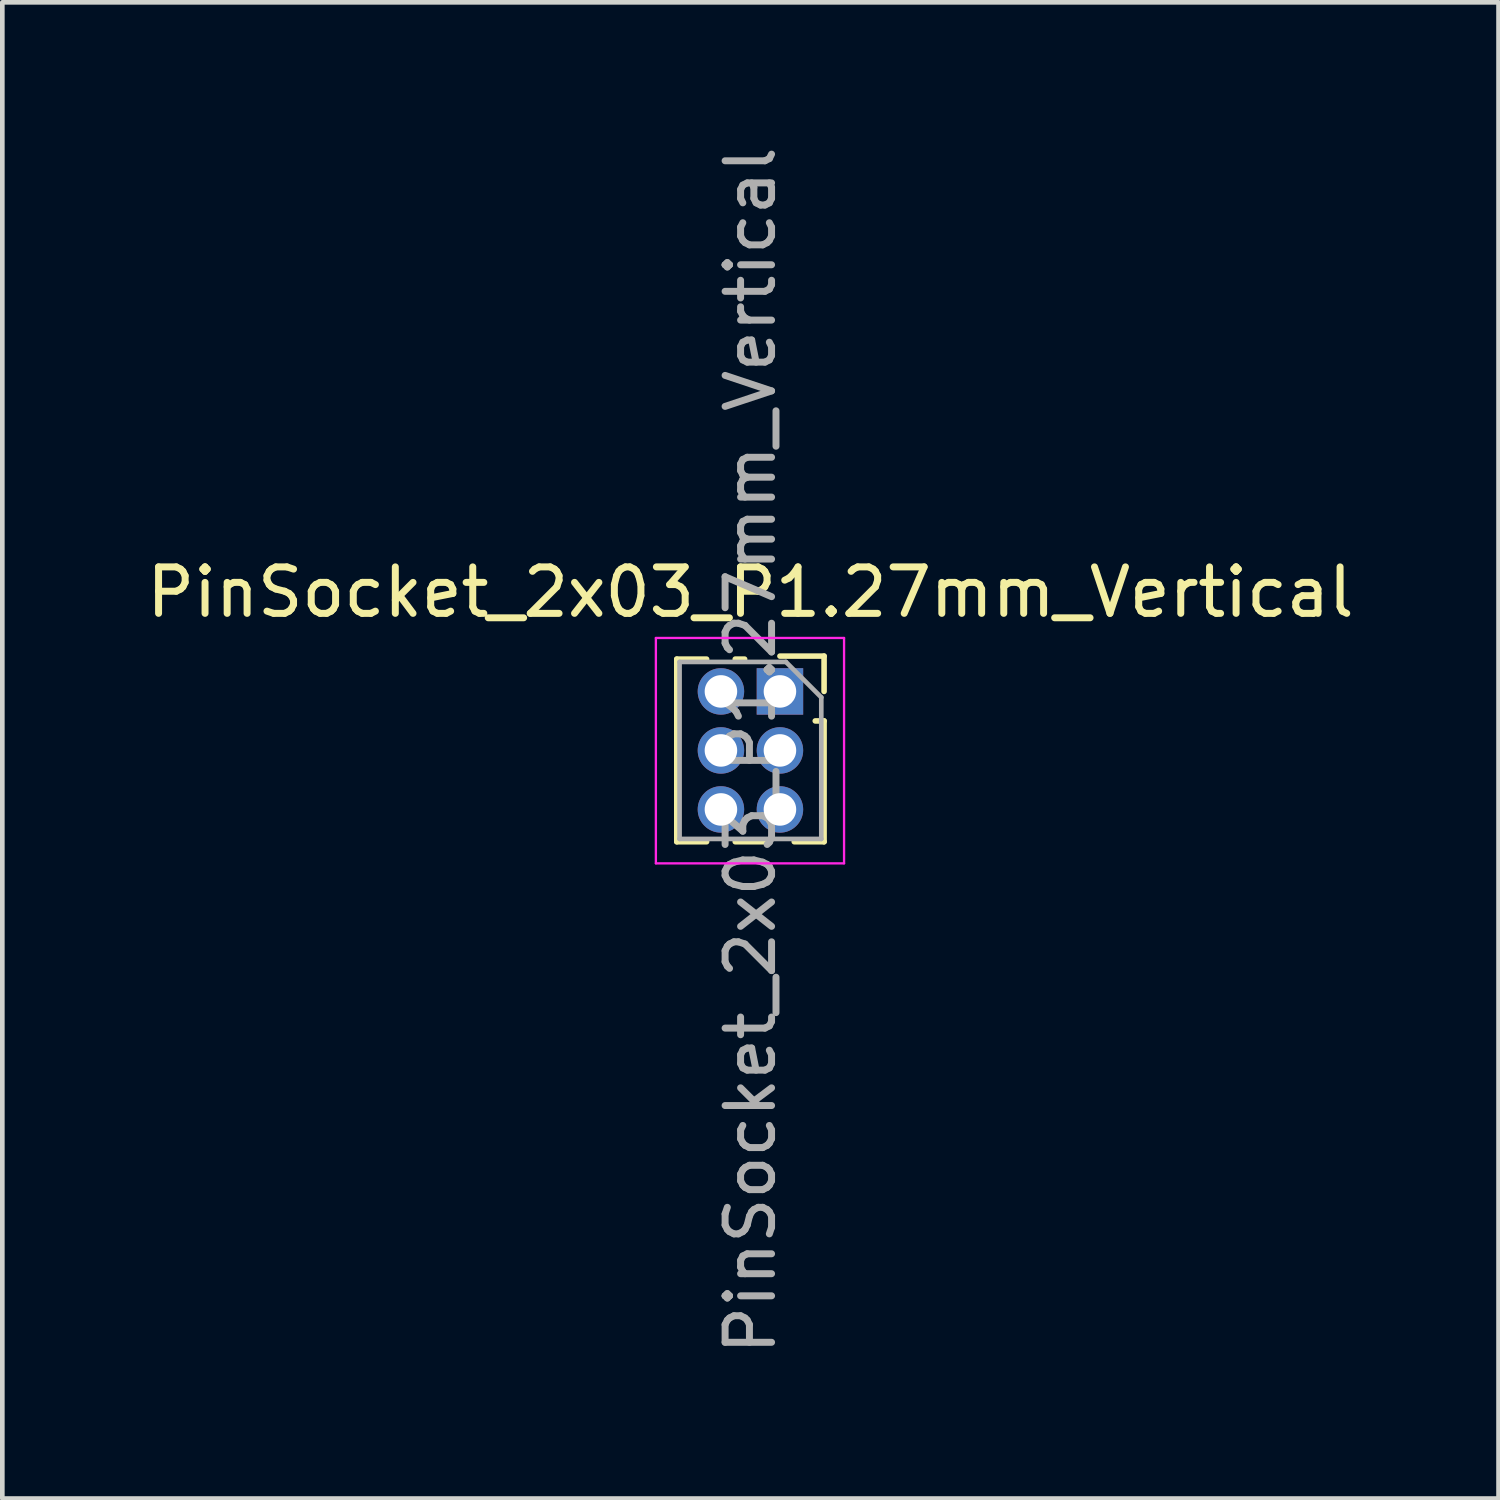
<source format=kicad_pcb>
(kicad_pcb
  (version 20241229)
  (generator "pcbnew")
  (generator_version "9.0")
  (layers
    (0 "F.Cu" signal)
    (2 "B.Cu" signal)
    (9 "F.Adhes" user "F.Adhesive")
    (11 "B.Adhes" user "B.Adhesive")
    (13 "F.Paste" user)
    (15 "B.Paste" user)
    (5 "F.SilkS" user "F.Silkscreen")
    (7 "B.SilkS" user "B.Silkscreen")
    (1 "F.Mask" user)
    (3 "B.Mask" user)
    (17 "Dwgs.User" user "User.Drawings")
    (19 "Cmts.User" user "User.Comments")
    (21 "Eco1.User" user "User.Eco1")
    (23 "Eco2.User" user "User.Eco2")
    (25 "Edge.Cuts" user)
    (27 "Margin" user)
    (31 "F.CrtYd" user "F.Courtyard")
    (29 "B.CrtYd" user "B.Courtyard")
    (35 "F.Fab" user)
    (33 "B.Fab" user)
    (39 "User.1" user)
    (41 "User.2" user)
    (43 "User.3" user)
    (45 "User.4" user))
  (footprint "PinSocket_2x03_P1.27mm_Vertical"
    (layer "F.Cu")
    (at 13.736 11.831)
    (property "Reference" "PinSocket_2x03_P1.27mm_Vertical" (at -0.635 -2.135 0) (layer "F.SilkS") (effects (font (size 1 1) (thickness 0.15))))
    (attr through_hole)
    (fp_line (start -2.22 -0.695) (end -2.22 3.235) (stroke (width 0.12) (type solid)) (layer "F.SilkS"))
    (fp_line (start -2.22 -0.695) (end -1.578 -0.695) (stroke (width 0.12) (type solid)) (layer "F.SilkS"))
    (fp_line (start -2.22 3.235) (end -1.578 3.235) (stroke (width 0.12) (type solid)) (layer "F.SilkS"))
    (fp_line (start -0.962 -0.695) (end -0.76 -0.695) (stroke (width 0.12) (type solid)) (layer "F.SilkS"))
    (fp_line (start -0.962 3.235) (end -0.308 3.235) (stroke (width 0.12) (type solid)) (layer "F.SilkS"))
    (fp_line (start 0 -0.76) (end 0.95 -0.76) (stroke (width 0.12) (type solid)) (layer "F.SilkS"))
    (fp_line (start 0.308 3.235) (end 0.95 3.235) (stroke (width 0.12) (type solid)) (layer "F.SilkS"))
    (fp_line (start 0.76 0.635) (end 0.95 0.635) (stroke (width 0.12) (type solid)) (layer "F.SilkS"))
    (fp_line (start 0.95 -0.76) (end 0.95 0) (stroke (width 0.12) (type solid)) (layer "F.SilkS"))
    (fp_line (start 0.95 0.635) (end 0.95 3.235) (stroke (width 0.12) (type solid)) (layer "F.SilkS"))
    (fp_line (start -2.67 -1.15) (end 1.38 -1.15) (stroke (width 0.05) (type solid)) (layer "F.CrtYd"))
    (fp_line (start -2.67 3.7) (end -2.67 -1.15) (stroke (width 0.05) (type solid)) (layer "F.CrtYd"))
    (fp_line (start 1.38 -1.15) (end 1.38 3.7) (stroke (width 0.05) (type solid)) (layer "F.CrtYd"))
    (fp_line (start 1.38 3.7) (end -2.67 3.7) (stroke (width 0.05) (type solid)) (layer "F.CrtYd"))
    (fp_line (start -2.16 -0.635) (end 0.128 -0.635) (stroke (width 0.1) (type solid)) (layer "F.Fab"))
    (fp_line (start -2.16 3.175) (end -2.16 -0.635) (stroke (width 0.1) (type solid)) (layer "F.Fab"))
    (fp_line (start 0.128 -0.635) (end 0.89 0.128) (stroke (width 0.1) (type solid)) (layer "F.Fab"))
    (fp_line (start 0.89 0.128) (end 0.89 3.175) (stroke (width 0.1) (type solid)) (layer "F.Fab"))
    (fp_line (start 0.89 3.175) (end -2.16 3.175) (stroke (width 0.1) (type solid)) (layer "F.Fab"))
    (fp_text user "${REFERENCE}" (at -0.635 1.27 90) (layer "F.Fab") (effects (font (size 1 1) (thickness 0.15))))
    (pad "1" thru_hole rect (at 0 0) (size 1 1) (drill 0.7) (layers "*.Cu" "*.Mask"))
    (pad "2" thru_hole oval (at -1.27 0) (size 1 1) (drill 0.7) (layers "*.Cu" "*.Mask"))
    (pad "3" thru_hole oval (at 0 1.27) (size 1 1) (drill 0.7) (layers "*.Cu" "*.Mask"))
    (pad "4" thru_hole oval (at -1.27 1.27) (size 1 1) (drill 0.7) (layers "*.Cu" "*.Mask"))
    (pad "5" thru_hole oval (at 0 2.54) (size 1 1) (drill 0.7) (layers "*.Cu" "*.Mask"))
    (pad "6" thru_hole oval (at -1.27 2.54) (size 1 1) (drill 0.7) (layers "*.Cu" "*.Mask")))
  (gr_rect
    (start -3 -3)
    (end 29.202 29.202)
    (stroke (width 0.1) (type default))
    (fill no)
    (layer "Edge.Cuts")))
</source>
